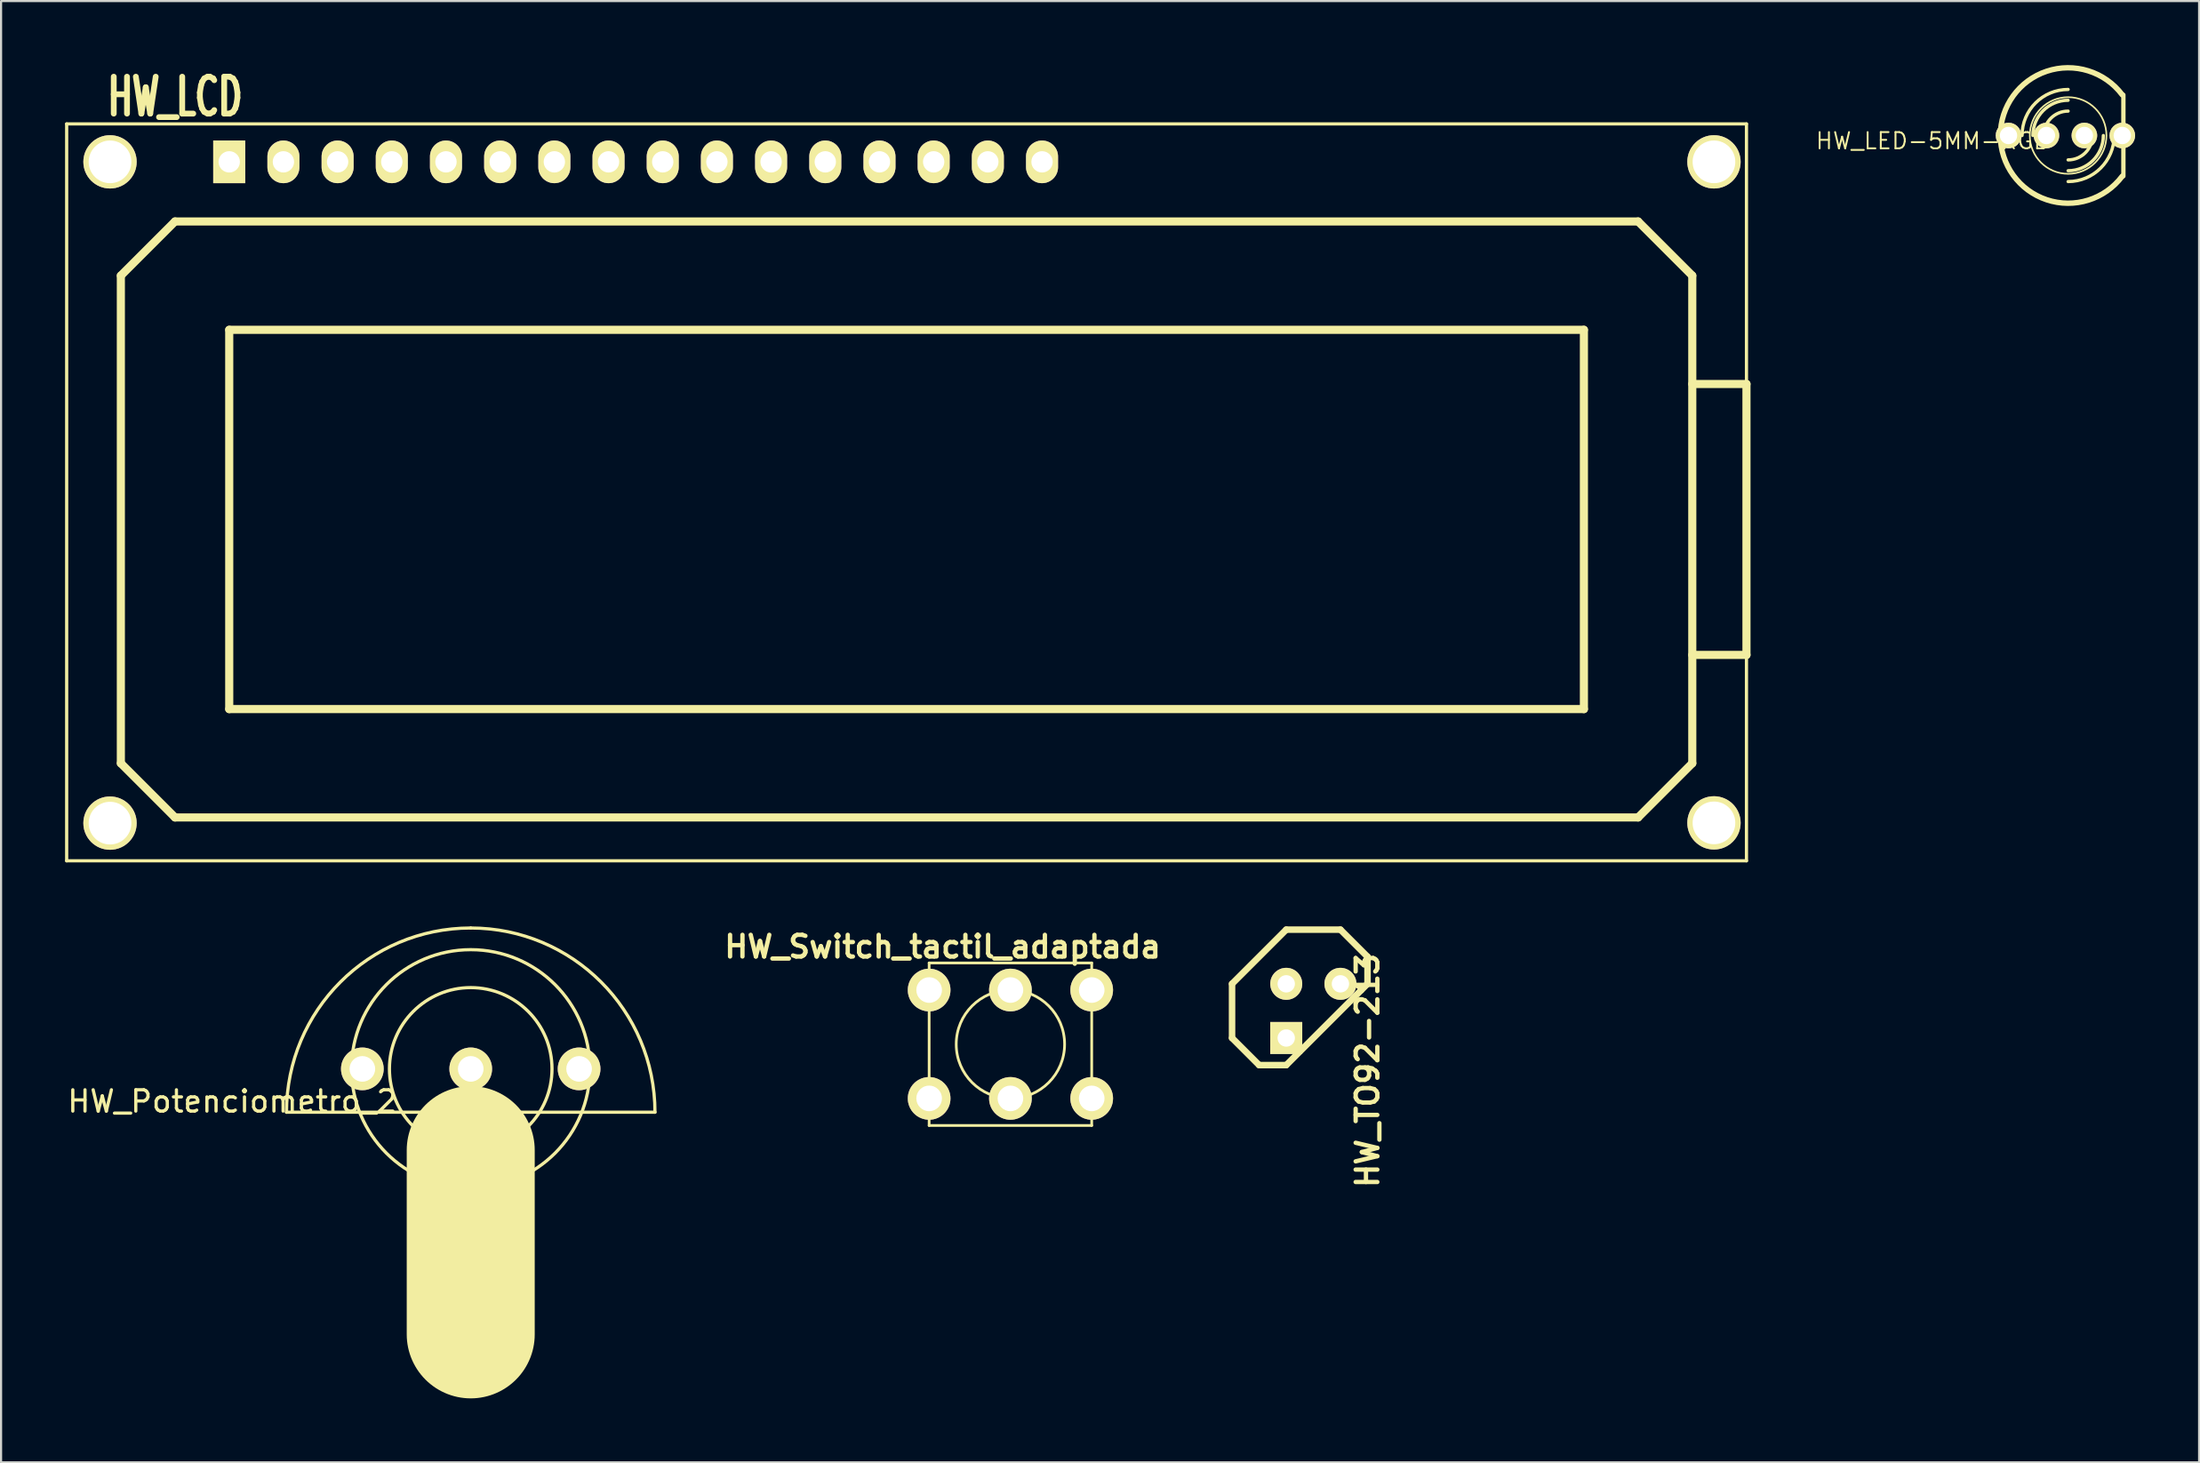
<source format=kicad_pcb>
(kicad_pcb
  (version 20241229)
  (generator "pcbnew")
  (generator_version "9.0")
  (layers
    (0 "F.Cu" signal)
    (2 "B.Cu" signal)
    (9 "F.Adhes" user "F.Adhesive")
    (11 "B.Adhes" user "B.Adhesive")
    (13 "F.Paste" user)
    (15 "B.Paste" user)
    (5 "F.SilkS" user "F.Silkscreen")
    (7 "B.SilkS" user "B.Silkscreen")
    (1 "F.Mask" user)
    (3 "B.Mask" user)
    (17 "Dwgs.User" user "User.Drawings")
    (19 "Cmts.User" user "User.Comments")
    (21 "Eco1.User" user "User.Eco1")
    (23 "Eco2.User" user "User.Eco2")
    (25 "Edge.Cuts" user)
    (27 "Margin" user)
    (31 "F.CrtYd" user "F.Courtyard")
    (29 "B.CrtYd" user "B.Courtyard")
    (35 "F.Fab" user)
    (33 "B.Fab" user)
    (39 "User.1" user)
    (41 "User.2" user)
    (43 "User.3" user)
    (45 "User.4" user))
  (footprint "HW_LCD"
    (layer "F.Cu")
    (at 2.107 4.537)
    (property "Reference" "HW_LCD" (at 3.048 -3.048 0) (layer "F.SilkS") (effects (font (size 1.73 1.087) (thickness 0.272))))
    (attr through_hole)
    (fp_line (start -2.032 -1.778) (end -2.032 32.766) (stroke (width 0.15) (type solid)) (layer "F.SilkS"))
    (fp_line (start -2.032 32.766) (end 76.708 32.766) (stroke (width 0.15) (type solid)) (layer "F.SilkS"))
    (fp_line (start 0.508 5.334) (end 3.048 2.794) (stroke (width 0.381) (type solid)) (layer "F.SilkS"))
    (fp_line (start 0.508 28.194) (end 0.508 5.334) (stroke (width 0.381) (type solid)) (layer "F.SilkS"))
    (fp_line (start 3.048 2.794) (end 71.628 2.794) (stroke (width 0.381) (type solid)) (layer "F.SilkS"))
    (fp_line (start 3.048 30.734) (end 0.508 28.194) (stroke (width 0.381) (type solid)) (layer "F.SilkS"))
    (fp_line (start 5.588 7.874) (end 5.588 25.654) (stroke (width 0.381) (type solid)) (layer "F.SilkS"))
    (fp_line (start 5.588 25.654) (end 69.088 25.654) (stroke (width 0.381) (type solid)) (layer "F.SilkS"))
    (fp_line (start 69.088 7.874) (end 5.588 7.874) (stroke (width 0.381) (type solid)) (layer "F.SilkS"))
    (fp_line (start 69.088 25.654) (end 69.088 7.874) (stroke (width 0.381) (type solid)) (layer "F.SilkS"))
    (fp_line (start 71.628 2.794) (end 74.168 5.334) (stroke (width 0.381) (type solid)) (layer "F.SilkS"))
    (fp_line (start 71.628 30.734) (end 3.048 30.734) (stroke (width 0.381) (type solid)) (layer "F.SilkS"))
    (fp_line (start 74.168 5.334) (end 74.168 28.194) (stroke (width 0.381) (type solid)) (layer "F.SilkS"))
    (fp_line (start 74.168 10.414) (end 76.708 10.414) (stroke (width 0.381) (type solid)) (layer "F.SilkS"))
    (fp_line (start 74.168 28.194) (end 71.628 30.734) (stroke (width 0.381) (type solid)) (layer "F.SilkS"))
    (fp_line (start 76.708 -1.778) (end -2.032 -1.778) (stroke (width 0.15) (type solid)) (layer "F.SilkS"))
    (fp_line (start 76.708 10.414) (end 76.708 23.114) (stroke (width 0.381) (type solid)) (layer "F.SilkS"))
    (fp_line (start 76.708 23.114) (end 74.168 23.114) (stroke (width 0.381) (type solid)) (layer "F.SilkS"))
    (fp_line (start 76.708 32.766) (end 76.708 -1.778) (stroke (width 0.15) (type solid)) (layer "F.SilkS"))
    (pad "" thru_hole circle (at 0 0 90) (size 2.499 2.499) (drill 2) (layers "*.Cu" "*.Mask" "F.SilkS"))
    (pad "" thru_hole circle (at 0 31 90) (size 2.499 2.499) (drill 2) (layers "*.Cu" "*.Mask" "F.SilkS"))
    (pad "" thru_hole circle (at 75.184 0) (size 2.499 2.499) (drill 2) (layers "*.Cu" "*.Mask" "F.SilkS"))
    (pad "" thru_hole circle (at 75.184 30.988) (size 2.499 2.499) (drill 2) (layers "*.Cu" "*.Mask" "F.SilkS"))
    (pad "1" thru_hole rect (at 5.588 0) (size 1.5 2) (drill 1.001) (layers "*.Cu" "*.Mask" "F.SilkS" "B.Paste"))
    (pad "2" thru_hole oval (at 8.128 0) (size 1.5 2) (drill 1.001) (layers "*.Cu" "*.Mask" "F.SilkS" "B.Paste"))
    (pad "3" thru_hole oval (at 10.668 0) (size 1.5 2) (drill 1.001) (layers "*.Cu" "*.Mask" "F.SilkS" "B.Paste"))
    (pad "4" thru_hole oval (at 13.208 0) (size 1.5 2) (drill 1.001) (layers "*.Cu" "*.Mask" "F.SilkS" "B.Paste"))
    (pad "5" thru_hole oval (at 15.748 0) (size 1.5 2) (drill 1.001) (layers "*.Cu" "*.Mask" "F.SilkS" "B.Paste"))
    (pad "6" thru_hole oval (at 18.288 0) (size 1.5 2) (drill 1.001) (layers "*.Cu" "*.Mask" "F.SilkS" "B.Paste"))
    (pad "7" thru_hole oval (at 20.828 0) (size 1.5 2) (drill 1.001) (layers "*.Cu" "*.Mask" "F.SilkS" "B.Paste"))
    (pad "8" thru_hole oval (at 23.368 0) (size 1.5 2) (drill 1.001) (layers "*.Cu" "*.Mask" "F.SilkS" "B.Paste"))
    (pad "9" thru_hole oval (at 25.908 0) (size 1.5 2) (drill 1.001) (layers "*.Cu" "*.Mask" "F.SilkS" "B.Paste"))
    (pad "10" thru_hole oval (at 28.448 0) (size 1.5 2) (drill 1.001) (layers "*.Cu" "*.Mask" "F.SilkS" "B.Paste"))
    (pad "11" thru_hole oval (at 30.988 0) (size 1.5 2) (drill 1.001) (layers "*.Cu" "*.Mask" "F.SilkS" "B.Paste"))
    (pad "12" thru_hole oval (at 33.528 0) (size 1.5 2) (drill 1.001) (layers "*.Cu" "*.Mask" "F.SilkS" "B.Paste"))
    (pad "13" thru_hole oval (at 36.068 0) (size 1.5 2) (drill 1.001) (layers "*.Cu" "*.Mask" "F.SilkS" "B.Paste"))
    (pad "14" thru_hole oval (at 38.608 0) (size 1.5 2) (drill 1.001) (layers "*.Cu" "*.Mask" "F.SilkS" "B.Paste"))
    (pad "15" thru_hole oval (at 41.148 0) (size 1.5 2) (drill 1.001) (layers "*.Cu" "*.Mask" "F.SilkS" "B.Paste"))
    (pad "16" thru_hole oval (at 43.688 0) (size 1.5 2) (drill 1.001) (layers "*.Cu" "*.Mask" "F.SilkS" "B.Paste")))
  (footprint "HW_Potenciometro_2"
    (layer "F.Cu")
    (at 19.015 47.057)
    (property "Reference" "HW_Potenciometro_2" (at -11.176 1.524 0) (layer "F.SilkS") (effects (font (size 1 1) (thickness 0.15))))
    (attr through_hole)
    (fp_line (start -8.636 2.032) (end 8.636 2.032) (stroke (width 0.15) (type solid)) (layer "F.SilkS"))
    (fp_line (start 0 3.81) (end 0 12.446) (stroke (width 6) (type solid)) (layer "F.SilkS"))
    (fp_line (start 0 11.43) (end 0 12.192) (stroke (width 0.15) (type solid)) (layer "F.SilkS"))
    (fp_arc (start -8.636 2.032) (mid -6.106574 -4.074574) (end 0 -6.604) (stroke (width 0.15) (type solid)) (layer "F.SilkS"))
    (fp_arc (start 0 -6.604) (mid 6.106574 -4.074574) (end 8.636 2.032) (stroke (width 0.15) (type solid)) (layer "F.SilkS"))
    (fp_circle (center 0 0) (end 3.81 0) (stroke (width 0.15) (type solid)) (fill no) (layer "F.SilkS"))
    (fp_circle (center 0 0) (end 5.588 0) (stroke (width 0.15) (type solid)) (fill no) (layer "F.SilkS"))
    (pad "1" thru_hole circle (at -5.08 0) (size 2 2) (drill 1.2) (layers "*.Cu" "*.Mask" "F.SilkS"))
    (pad "2" thru_hole circle (at 0 0) (size 2 2) (drill 1.2) (layers "*.Cu" "*.Mask" "F.SilkS"))
    (pad "3" thru_hole circle (at 5.08 0) (size 2 2) (drill 1.2) (layers "*.Cu" "*.Mask" "F.SilkS")))
  (footprint "HW_Switch_tactil_adaptada"
    (layer "F.Cu")
    (at 44.313 45.901)
    (property "Reference" "HW_Switch_tactil_adaptada" (at -3.175 -4.572 0) (layer "F.SilkS") (effects (font (size 1.016 1.016) (thickness 0.203))))
    (attr through_hole)
    (fp_line (start -3.81 -3.81) (end -3.81 3.81) (stroke (width 0.127) (type solid)) (layer "F.SilkS"))
    (fp_line (start -3.81 -3.81) (end 3.81 -3.81) (stroke (width 0.127) (type solid)) (layer "F.SilkS"))
    (fp_line (start 3.81 -3.81) (end 3.81 3.81) (stroke (width 0.127) (type solid)) (layer "F.SilkS"))
    (fp_line (start 3.81 3.81) (end -3.81 3.81) (stroke (width 0.127) (type solid)) (layer "F.SilkS"))
    (fp_circle (center 0 0) (end 0 -2.54) (stroke (width 0.127) (type solid)) (fill no) (layer "F.SilkS"))
    (pad "1" thru_hole circle (at -3.81 -2.54) (size 2 2) (drill 1.2) (layers "*.Cu" "*.Mask" "F.SilkS"))
    (pad "1" thru_hole circle (at 0 -2.54) (size 2 2) (drill 1.2) (layers "*.Cu" "*.Mask" "F.SilkS"))
    (pad "1" thru_hole circle (at 3.81 -2.54) (size 2 2) (drill 1.2) (layers "*.Cu" "*.Mask" "F.SilkS"))
    (pad "2" thru_hole circle (at -3.81 2.54) (size 2 2) (drill 1.2) (layers "*.Cu" "*.Mask" "F.SilkS"))
    (pad "2" thru_hole circle (at 0 2.54) (size 2 2) (drill 1.2) (layers "*.Cu" "*.Mask" "F.SilkS"))
    (pad "2" thru_hole circle (at 3.81 2.54) (size 2 2) (drill 1.2) (layers "*.Cu" "*.Mask" "F.SilkS")))
  (footprint "HW_LED-5MM-RGB"
    (layer "F.Cu")
    (at 93.638 3.302)
    (property "Reference" "HW_LED-5MM-RGB" (at -6.096 0.254 0) (layer "F.SilkS") (effects (font (size 0.762 0.762) (thickness 0.089))))
    (attr through_hole)
    (fp_line (start 2.845 1.905) (end 2.845 -1.905) (stroke (width 0.203) (type solid)) (layer "F.SilkS"))
    (fp_arc (start -1.905 0) (mid -1.272644 -1.526644) (end 0.254 -2.159) (stroke (width 0.1524) (type solid)) (layer "F.SilkS"))
    (fp_arc (start -1.397 0) (mid -0.913433 -1.167433) (end 0.254 -1.651) (stroke (width 0.1524) (type solid)) (layer "F.SilkS"))
    (fp_arc (start -0.889 0) (mid -0.554223 -0.808223) (end 0.254 -1.143) (stroke (width 0.1524) (type solid)) (layer "F.SilkS"))
    (fp_arc (start 1.397 0) (mid 1.062223 0.808223) (end 0.254 1.143) (stroke (width 0.1524) (type solid)) (layer "F.SilkS"))
    (fp_arc (start 1.905 0) (mid 1.421433 1.167433) (end 0.254 1.651) (stroke (width 0.1524) (type solid)) (layer "F.SilkS"))
    (fp_arc (start 2.413 0) (mid 1.780644 1.526644) (end 0.254 2.159) (stroke (width 0.1524) (type solid)) (layer "F.SilkS"))
    (fp_arc (start 2.794 1.905) (mid -2.921 0.001668) (end 2.791997 -1.907668) (stroke (width 0.254) (type solid)) (layer "F.SilkS"))
    (fp_circle (center 0.254 0) (end -1.016 1.27) (stroke (width 0.076) (type solid)) (fill no) (layer "F.SilkS"))
    (pad "1" thru_hole circle (at 2.794 0 180) (size 1.2 1.2) (drill 0.813) (layers "*.Cu" "*.Mask" "F.SilkS"))
    (pad "2" thru_hole circle (at 1.016 0 180) (size 1.2 1.2) (drill 0.813) (layers "*.Cu" "*.Mask" "F.SilkS"))
    (pad "3" thru_hole circle (at -0.762 0 180) (size 1.2 1.2) (drill 0.813) (layers "*.Cu" "*.Mask" "F.SilkS"))
    (pad "4" thru_hole circle (at -2.54 0 180) (size 1.2 1.2) (drill 0.813) (layers "*.Cu" "*.Mask" "F.SilkS")))
  (footprint "HW_TO92-213"
    (layer "F.Cu")
    (at 58.512 44.34)
    (property "Reference" "HW_TO92-213" (at 2.54 2.794 90) (layer "F.SilkS") (effects (font (size 1.016 1.016) (thickness 0.203))))
    (attr through_hole)
    (fp_line (start -3.81 -1.27) (end -3.81 1.27) (stroke (width 0.305) (type solid)) (layer "F.SilkS"))
    (fp_line (start -3.81 1.27) (end -2.54 2.54) (stroke (width 0.305) (type solid)) (layer "F.SilkS"))
    (fp_line (start -2.54 2.54) (end -1.27 2.54) (stroke (width 0.305) (type solid)) (layer "F.SilkS"))
    (fp_line (start -1.27 -3.81) (end -3.81 -1.27) (stroke (width 0.305) (type solid)) (layer "F.SilkS"))
    (fp_line (start -1.27 2.54) (end 2.54 -1.27) (stroke (width 0.305) (type solid)) (layer "F.SilkS"))
    (fp_line (start 1.27 -3.81) (end -1.27 -3.81) (stroke (width 0.305) (type solid)) (layer "F.SilkS"))
    (fp_line (start 2.54 -2.54) (end 1.27 -3.81) (stroke (width 0.305) (type solid)) (layer "F.SilkS"))
    (fp_line (start 2.54 -1.27) (end 2.54 -2.54) (stroke (width 0.305) (type solid)) (layer "F.SilkS"))
    (pad "1" thru_hole circle (at -1.27 -1.27) (size 1.5 1.5) (drill 0.813) (layers "*.Cu" "*.Mask" "F.SilkS"))
    (pad "2" thru_hole rect (at -1.27 1.27) (size 1.5 1.5) (drill 0.813) (layers "*.Cu" "*.Mask" "F.SilkS"))
    (pad "3" thru_hole circle (at 1.27 -1.27) (size 1.5 1.5) (drill 0.813) (layers "*.Cu" "*.Mask" "F.SilkS")))
  (gr_rect
    (start -3 -3)
    (end 100.032 65.503)
    (stroke (width 0.1) (type default))
    (fill no)
    (layer "Edge.Cuts")))
</source>
